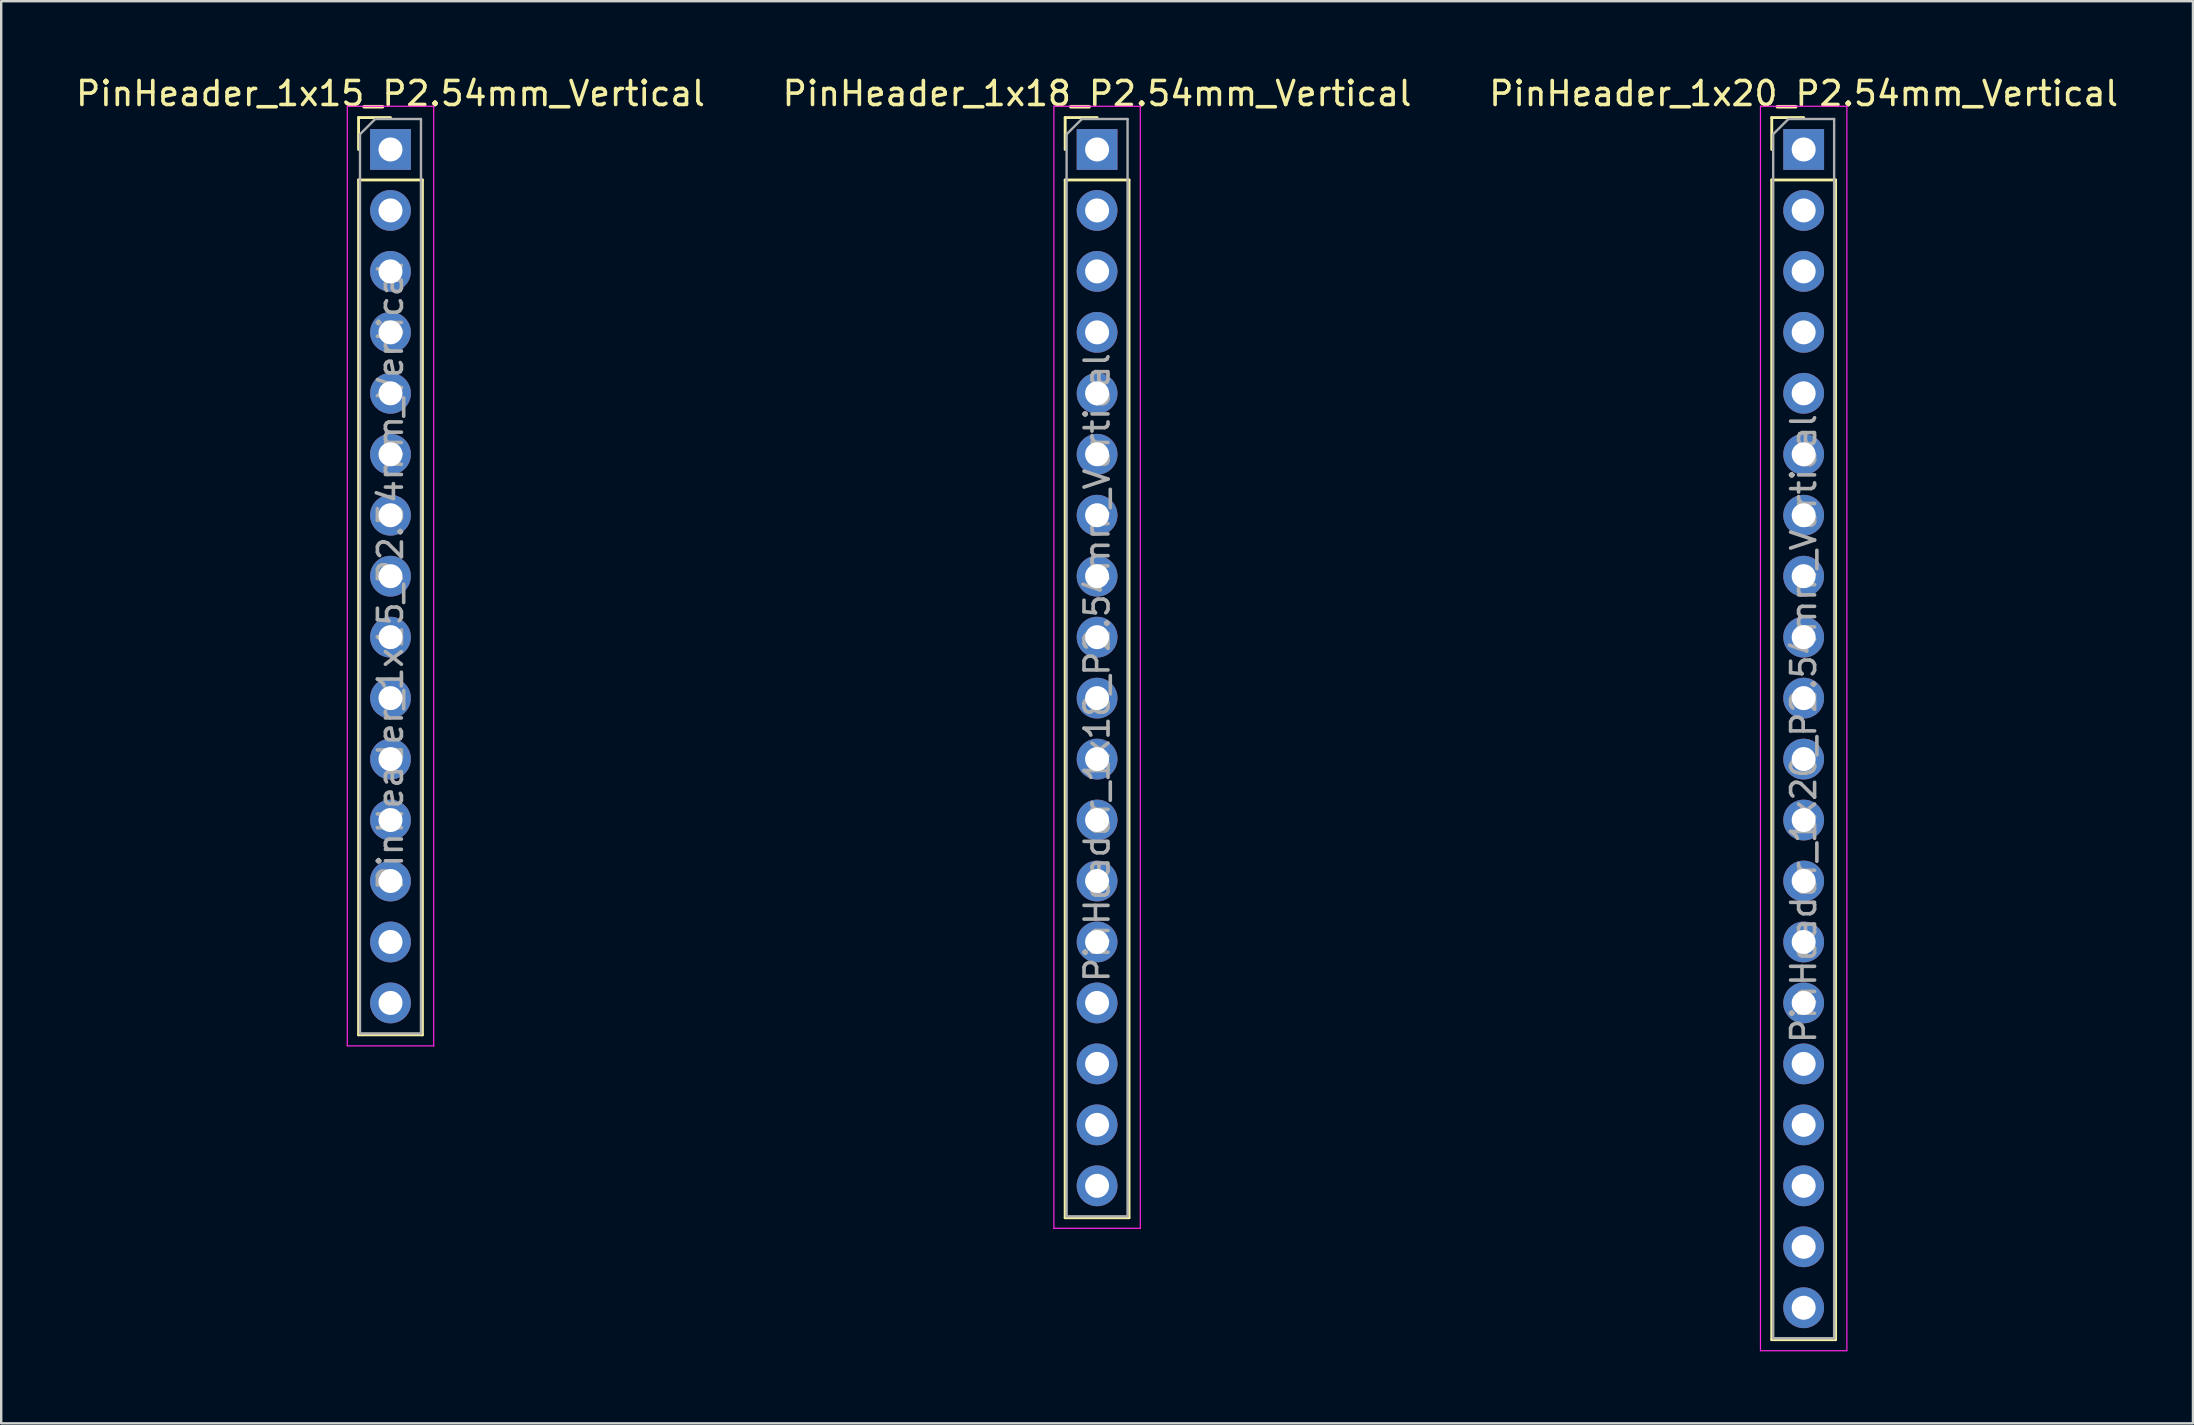
<source format=kicad_pcb>
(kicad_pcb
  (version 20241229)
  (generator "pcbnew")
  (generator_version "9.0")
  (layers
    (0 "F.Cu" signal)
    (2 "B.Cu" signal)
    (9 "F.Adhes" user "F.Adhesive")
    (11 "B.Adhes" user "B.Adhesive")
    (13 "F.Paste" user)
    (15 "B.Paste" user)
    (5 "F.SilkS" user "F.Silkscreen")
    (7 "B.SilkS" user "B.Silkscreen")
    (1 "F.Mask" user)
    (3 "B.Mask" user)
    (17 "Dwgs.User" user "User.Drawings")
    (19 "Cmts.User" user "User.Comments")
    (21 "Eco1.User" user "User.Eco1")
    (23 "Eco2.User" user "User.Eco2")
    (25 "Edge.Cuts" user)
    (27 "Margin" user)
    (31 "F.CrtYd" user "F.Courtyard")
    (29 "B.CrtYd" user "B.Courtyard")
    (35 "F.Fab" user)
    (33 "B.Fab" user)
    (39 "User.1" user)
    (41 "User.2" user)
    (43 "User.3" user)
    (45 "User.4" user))
  (footprint "PinHeader_1x20_P2.54mm_Vertical"
    (layer "F.Cu")
    (at 72.101 3.178)
    (property "Reference" "PinHeader_1x20_P2.54mm_Vertical" (at 0 -2.33 0) (layer "F.SilkS") (effects (font (size 1 1) (thickness 0.15))))
    (attr through_hole)
    (fp_line (start -1.33 -1.33) (end 0 -1.33) (stroke (width 0.12) (type solid)) (layer "F.SilkS"))
    (fp_line (start -1.33 0) (end -1.33 -1.33) (stroke (width 0.12) (type solid)) (layer "F.SilkS"))
    (fp_line (start -1.33 1.27) (end -1.33 49.59) (stroke (width 0.12) (type solid)) (layer "F.SilkS"))
    (fp_line (start -1.33 1.27) (end 1.33 1.27) (stroke (width 0.12) (type solid)) (layer "F.SilkS"))
    (fp_line (start -1.33 49.59) (end 1.33 49.59) (stroke (width 0.12) (type solid)) (layer "F.SilkS"))
    (fp_line (start 1.33 1.27) (end 1.33 49.59) (stroke (width 0.12) (type solid)) (layer "F.SilkS"))
    (fp_line (start -1.8 -1.8) (end -1.8 50.05) (stroke (width 0.05) (type solid)) (layer "F.CrtYd"))
    (fp_line (start -1.8 50.05) (end 1.8 50.05) (stroke (width 0.05) (type solid)) (layer "F.CrtYd"))
    (fp_line (start 1.8 -1.8) (end -1.8 -1.8) (stroke (width 0.05) (type solid)) (layer "F.CrtYd"))
    (fp_line (start 1.8 50.05) (end 1.8 -1.8) (stroke (width 0.05) (type solid)) (layer "F.CrtYd"))
    (fp_line (start -1.27 -0.635) (end -0.635 -1.27) (stroke (width 0.1) (type solid)) (layer "F.Fab"))
    (fp_line (start -1.27 49.53) (end -1.27 -0.635) (stroke (width 0.1) (type solid)) (layer "F.Fab"))
    (fp_line (start -0.635 -1.27) (end 1.27 -1.27) (stroke (width 0.1) (type solid)) (layer "F.Fab"))
    (fp_line (start 1.27 -1.27) (end 1.27 49.53) (stroke (width 0.1) (type solid)) (layer "F.Fab"))
    (fp_line (start 1.27 49.53) (end -1.27 49.53) (stroke (width 0.1) (type solid)) (layer "F.Fab"))
    (fp_text user "${REFERENCE}" (at 0 24.13 90) (layer "F.Fab") (effects (font (size 1 1) (thickness 0.15))))
    (pad "1" thru_hole rect (at 0 0) (size 1.7 1.7) (drill 1) (layers "*.Cu" "*.Mask"))
    (pad "2" thru_hole oval (at 0 2.54) (size 1.7 1.7) (drill 1) (layers "*.Cu" "*.Mask"))
    (pad "3" thru_hole oval (at 0 5.08) (size 1.7 1.7) (drill 1) (layers "*.Cu" "*.Mask"))
    (pad "4" thru_hole oval (at 0 7.62) (size 1.7 1.7) (drill 1) (layers "*.Cu" "*.Mask"))
    (pad "5" thru_hole oval (at 0 10.16) (size 1.7 1.7) (drill 1) (layers "*.Cu" "*.Mask"))
    (pad "6" thru_hole oval (at 0 12.7) (size 1.7 1.7) (drill 1) (layers "*.Cu" "*.Mask"))
    (pad "7" thru_hole oval (at 0 15.24) (size 1.7 1.7) (drill 1) (layers "*.Cu" "*.Mask"))
    (pad "8" thru_hole oval (at 0 17.78) (size 1.7 1.7) (drill 1) (layers "*.Cu" "*.Mask"))
    (pad "9" thru_hole oval (at 0 20.32) (size 1.7 1.7) (drill 1) (layers "*.Cu" "*.Mask"))
    (pad "10" thru_hole oval (at 0 22.86) (size 1.7 1.7) (drill 1) (layers "*.Cu" "*.Mask"))
    (pad "11" thru_hole oval (at 0 25.4) (size 1.7 1.7) (drill 1) (layers "*.Cu" "*.Mask"))
    (pad "12" thru_hole oval (at 0 27.94) (size 1.7 1.7) (drill 1) (layers "*.Cu" "*.Mask"))
    (pad "13" thru_hole oval (at 0 30.48) (size 1.7 1.7) (drill 1) (layers "*.Cu" "*.Mask"))
    (pad "14" thru_hole oval (at 0 33.02) (size 1.7 1.7) (drill 1) (layers "*.Cu" "*.Mask"))
    (pad "15" thru_hole oval (at 0 35.56) (size 1.7 1.7) (drill 1) (layers "*.Cu" "*.Mask"))
    (pad "16" thru_hole oval (at 0 38.1) (size 1.7 1.7) (drill 1) (layers "*.Cu" "*.Mask"))
    (pad "17" thru_hole oval (at 0 40.64) (size 1.7 1.7) (drill 1) (layers "*.Cu" "*.Mask"))
    (pad "18" thru_hole oval (at 0 43.18) (size 1.7 1.7) (drill 1) (layers "*.Cu" "*.Mask"))
    (pad "19" thru_hole oval (at 0 45.72) (size 1.7 1.7) (drill 1) (layers "*.Cu" "*.Mask"))
    (pad "20" thru_hole oval (at 0 48.26) (size 1.7 1.7) (drill 1) (layers "*.Cu" "*.Mask")))
  (footprint "PinHeader_1x18_P2.54mm_Vertical"
    (layer "F.Cu")
    (at 42.661 3.178)
    (property "Reference" "PinHeader_1x18_P2.54mm_Vertical" (at 0 -2.33 0) (layer "F.SilkS") (effects (font (size 1 1) (thickness 0.15))))
    (attr through_hole)
    (fp_line (start -1.33 -1.33) (end 0 -1.33) (stroke (width 0.12) (type solid)) (layer "F.SilkS"))
    (fp_line (start -1.33 0) (end -1.33 -1.33) (stroke (width 0.12) (type solid)) (layer "F.SilkS"))
    (fp_line (start -1.33 1.27) (end -1.33 44.51) (stroke (width 0.12) (type solid)) (layer "F.SilkS"))
    (fp_line (start -1.33 1.27) (end 1.33 1.27) (stroke (width 0.12) (type solid)) (layer "F.SilkS"))
    (fp_line (start -1.33 44.51) (end 1.33 44.51) (stroke (width 0.12) (type solid)) (layer "F.SilkS"))
    (fp_line (start 1.33 1.27) (end 1.33 44.51) (stroke (width 0.12) (type solid)) (layer "F.SilkS"))
    (fp_line (start -1.8 -1.8) (end -1.8 44.95) (stroke (width 0.05) (type solid)) (layer "F.CrtYd"))
    (fp_line (start -1.8 44.95) (end 1.8 44.95) (stroke (width 0.05) (type solid)) (layer "F.CrtYd"))
    (fp_line (start 1.8 -1.8) (end -1.8 -1.8) (stroke (width 0.05) (type solid)) (layer "F.CrtYd"))
    (fp_line (start 1.8 44.95) (end 1.8 -1.8) (stroke (width 0.05) (type solid)) (layer "F.CrtYd"))
    (fp_line (start -1.27 -0.635) (end -0.635 -1.27) (stroke (width 0.1) (type solid)) (layer "F.Fab"))
    (fp_line (start -1.27 44.45) (end -1.27 -0.635) (stroke (width 0.1) (type solid)) (layer "F.Fab"))
    (fp_line (start -0.635 -1.27) (end 1.27 -1.27) (stroke (width 0.1) (type solid)) (layer "F.Fab"))
    (fp_line (start 1.27 -1.27) (end 1.27 44.45) (stroke (width 0.1) (type solid)) (layer "F.Fab"))
    (fp_line (start 1.27 44.45) (end -1.27 44.45) (stroke (width 0.1) (type solid)) (layer "F.Fab"))
    (fp_text user "${REFERENCE}" (at 0 21.59 90) (layer "F.Fab") (effects (font (size 1 1) (thickness 0.15))))
    (pad "1" thru_hole rect (at 0 0) (size 1.7 1.7) (drill 1) (layers "*.Cu" "*.Mask"))
    (pad "2" thru_hole oval (at 0 2.54) (size 1.7 1.7) (drill 1) (layers "*.Cu" "*.Mask"))
    (pad "3" thru_hole oval (at 0 5.08) (size 1.7 1.7) (drill 1) (layers "*.Cu" "*.Mask"))
    (pad "4" thru_hole oval (at 0 7.62) (size 1.7 1.7) (drill 1) (layers "*.Cu" "*.Mask"))
    (pad "5" thru_hole oval (at 0 10.16) (size 1.7 1.7) (drill 1) (layers "*.Cu" "*.Mask"))
    (pad "6" thru_hole oval (at 0 12.7) (size 1.7 1.7) (drill 1) (layers "*.Cu" "*.Mask"))
    (pad "7" thru_hole oval (at 0 15.24) (size 1.7 1.7) (drill 1) (layers "*.Cu" "*.Mask"))
    (pad "8" thru_hole oval (at 0 17.78) (size 1.7 1.7) (drill 1) (layers "*.Cu" "*.Mask"))
    (pad "9" thru_hole oval (at 0 20.32) (size 1.7 1.7) (drill 1) (layers "*.Cu" "*.Mask"))
    (pad "10" thru_hole oval (at 0 22.86) (size 1.7 1.7) (drill 1) (layers "*.Cu" "*.Mask"))
    (pad "11" thru_hole oval (at 0 25.4) (size 1.7 1.7) (drill 1) (layers "*.Cu" "*.Mask"))
    (pad "12" thru_hole oval (at 0 27.94) (size 1.7 1.7) (drill 1) (layers "*.Cu" "*.Mask"))
    (pad "13" thru_hole oval (at 0 30.48) (size 1.7 1.7) (drill 1) (layers "*.Cu" "*.Mask"))
    (pad "14" thru_hole oval (at 0 33.02) (size 1.7 1.7) (drill 1) (layers "*.Cu" "*.Mask"))
    (pad "15" thru_hole oval (at 0 35.56) (size 1.7 1.7) (drill 1) (layers "*.Cu" "*.Mask"))
    (pad "16" thru_hole oval (at 0 38.1) (size 1.7 1.7) (drill 1) (layers "*.Cu" "*.Mask"))
    (pad "17" thru_hole oval (at 0 40.64) (size 1.7 1.7) (drill 1) (layers "*.Cu" "*.Mask"))
    (pad "18" thru_hole oval (at 0 43.18) (size 1.7 1.7) (drill 1) (layers "*.Cu" "*.Mask")))
  (footprint "PinHeader_1x15_P2.54mm_Vertical"
    (layer "F.Cu")
    (at 13.22 3.178)
    (property "Reference" "PinHeader_1x15_P2.54mm_Vertical" (at 0 -2.33 0) (layer "F.SilkS") (effects (font (size 1 1) (thickness 0.15))))
    (attr through_hole)
    (fp_line (start -1.33 -1.33) (end 0 -1.33) (stroke (width 0.12) (type solid)) (layer "F.SilkS"))
    (fp_line (start -1.33 0) (end -1.33 -1.33) (stroke (width 0.12) (type solid)) (layer "F.SilkS"))
    (fp_line (start -1.33 1.27) (end -1.33 36.89) (stroke (width 0.12) (type solid)) (layer "F.SilkS"))
    (fp_line (start -1.33 1.27) (end 1.33 1.27) (stroke (width 0.12) (type solid)) (layer "F.SilkS"))
    (fp_line (start -1.33 36.89) (end 1.33 36.89) (stroke (width 0.12) (type solid)) (layer "F.SilkS"))
    (fp_line (start 1.33 1.27) (end 1.33 36.89) (stroke (width 0.12) (type solid)) (layer "F.SilkS"))
    (fp_line (start -1.8 -1.8) (end -1.8 37.35) (stroke (width 0.05) (type solid)) (layer "F.CrtYd"))
    (fp_line (start -1.8 37.35) (end 1.8 37.35) (stroke (width 0.05) (type solid)) (layer "F.CrtYd"))
    (fp_line (start 1.8 -1.8) (end -1.8 -1.8) (stroke (width 0.05) (type solid)) (layer "F.CrtYd"))
    (fp_line (start 1.8 37.35) (end 1.8 -1.8) (stroke (width 0.05) (type solid)) (layer "F.CrtYd"))
    (fp_line (start -1.27 -0.635) (end -0.635 -1.27) (stroke (width 0.1) (type solid)) (layer "F.Fab"))
    (fp_line (start -1.27 36.83) (end -1.27 -0.635) (stroke (width 0.1) (type solid)) (layer "F.Fab"))
    (fp_line (start -0.635 -1.27) (end 1.27 -1.27) (stroke (width 0.1) (type solid)) (layer "F.Fab"))
    (fp_line (start 1.27 -1.27) (end 1.27 36.83) (stroke (width 0.1) (type solid)) (layer "F.Fab"))
    (fp_line (start 1.27 36.83) (end -1.27 36.83) (stroke (width 0.1) (type solid)) (layer "F.Fab"))
    (fp_text user "${REFERENCE}" (at 0 17.78 90) (layer "F.Fab") (effects (font (size 1 1) (thickness 0.15))))
    (pad "1" thru_hole rect (at 0 0) (size 1.7 1.7) (drill 1) (layers "*.Cu" "*.Mask"))
    (pad "2" thru_hole oval (at 0 2.54) (size 1.7 1.7) (drill 1) (layers "*.Cu" "*.Mask"))
    (pad "3" thru_hole oval (at 0 5.08) (size 1.7 1.7) (drill 1) (layers "*.Cu" "*.Mask"))
    (pad "4" thru_hole oval (at 0 7.62) (size 1.7 1.7) (drill 1) (layers "*.Cu" "*.Mask"))
    (pad "5" thru_hole oval (at 0 10.16) (size 1.7 1.7) (drill 1) (layers "*.Cu" "*.Mask"))
    (pad "6" thru_hole oval (at 0 12.7) (size 1.7 1.7) (drill 1) (layers "*.Cu" "*.Mask"))
    (pad "7" thru_hole oval (at 0 15.24) (size 1.7 1.7) (drill 1) (layers "*.Cu" "*.Mask"))
    (pad "8" thru_hole oval (at 0 17.78) (size 1.7 1.7) (drill 1) (layers "*.Cu" "*.Mask"))
    (pad "9" thru_hole oval (at 0 20.32) (size 1.7 1.7) (drill 1) (layers "*.Cu" "*.Mask"))
    (pad "10" thru_hole oval (at 0 22.86) (size 1.7 1.7) (drill 1) (layers "*.Cu" "*.Mask"))
    (pad "11" thru_hole oval (at 0 25.4) (size 1.7 1.7) (drill 1) (layers "*.Cu" "*.Mask"))
    (pad "12" thru_hole oval (at 0 27.94) (size 1.7 1.7) (drill 1) (layers "*.Cu" "*.Mask"))
    (pad "13" thru_hole oval (at 0 30.48) (size 1.7 1.7) (drill 1) (layers "*.Cu" "*.Mask"))
    (pad "14" thru_hole oval (at 0 33.02) (size 1.7 1.7) (drill 1) (layers "*.Cu" "*.Mask"))
    (pad "15" thru_hole oval (at 0 35.56) (size 1.7 1.7) (drill 1) (layers "*.Cu" "*.Mask")))
  (gr_rect
    (start -3 -3)
    (end 88.321 56.253)
    (stroke (width 0.1) (type default))
    (fill no)
    (layer "Edge.Cuts")))
</source>
